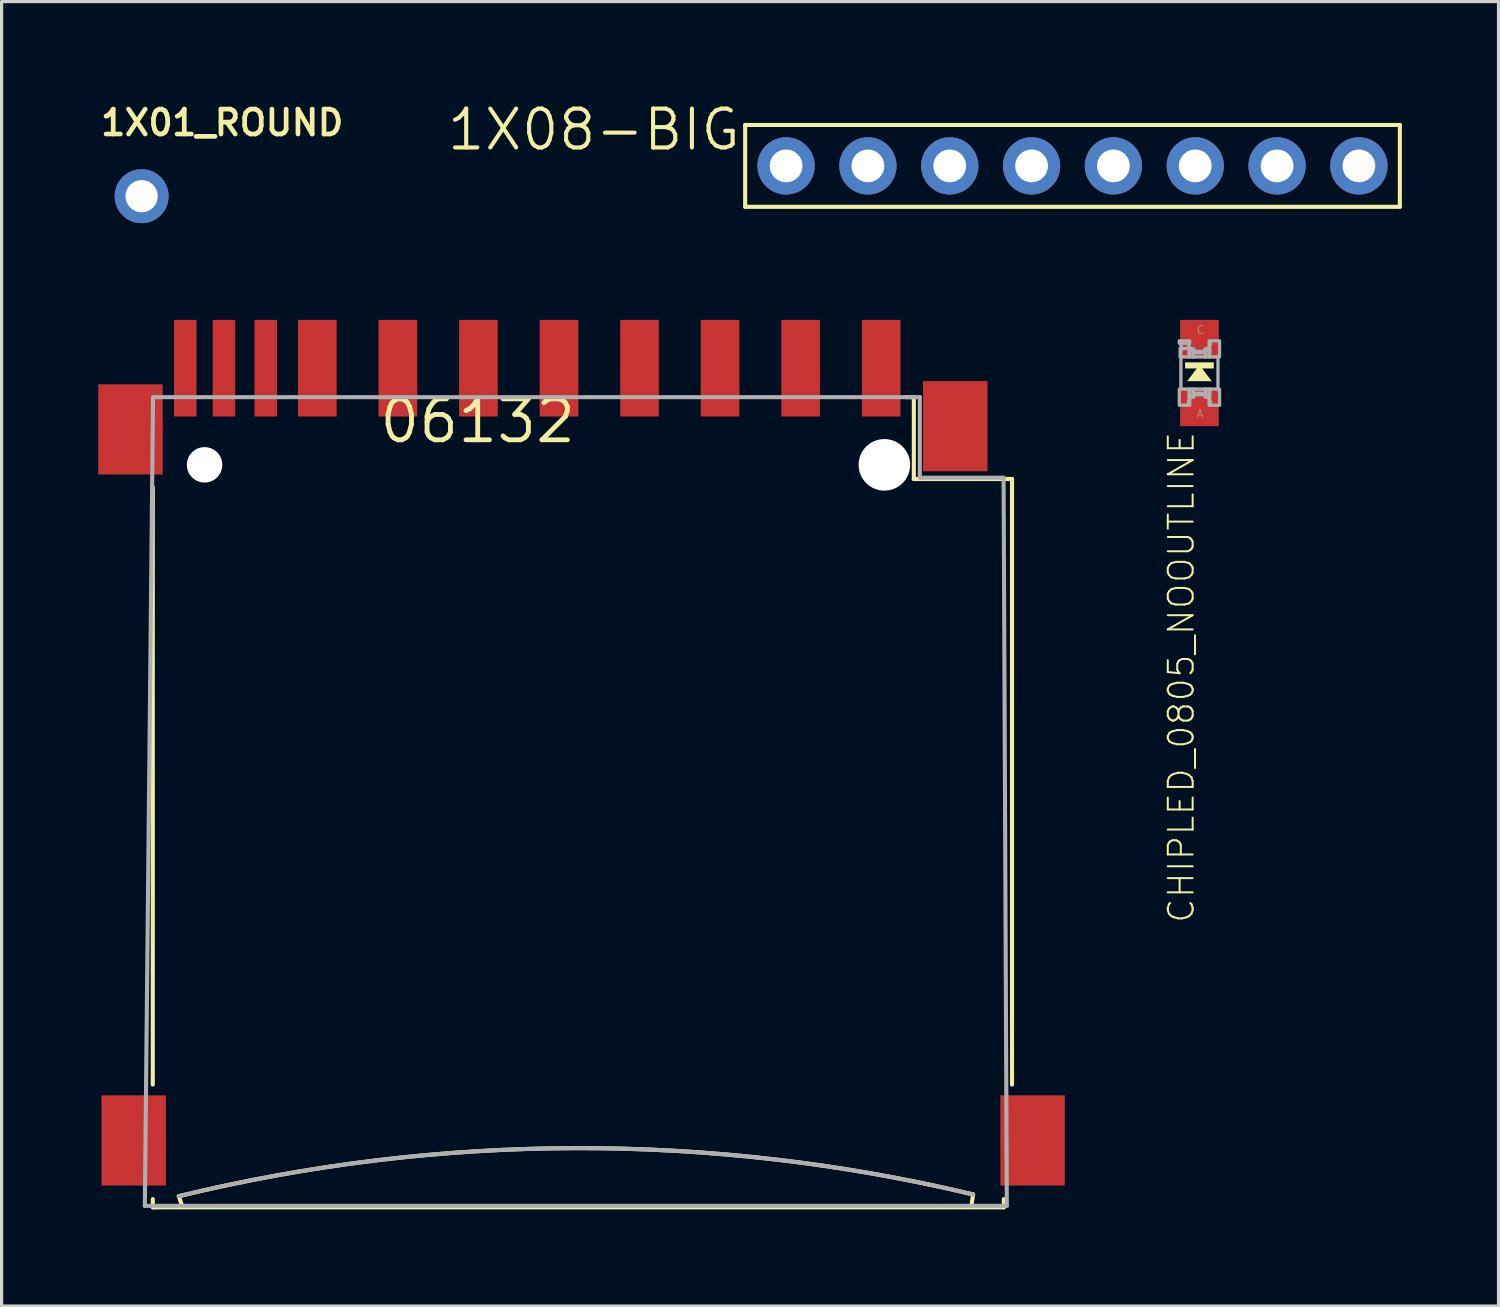
<source format=kicad_pcb>
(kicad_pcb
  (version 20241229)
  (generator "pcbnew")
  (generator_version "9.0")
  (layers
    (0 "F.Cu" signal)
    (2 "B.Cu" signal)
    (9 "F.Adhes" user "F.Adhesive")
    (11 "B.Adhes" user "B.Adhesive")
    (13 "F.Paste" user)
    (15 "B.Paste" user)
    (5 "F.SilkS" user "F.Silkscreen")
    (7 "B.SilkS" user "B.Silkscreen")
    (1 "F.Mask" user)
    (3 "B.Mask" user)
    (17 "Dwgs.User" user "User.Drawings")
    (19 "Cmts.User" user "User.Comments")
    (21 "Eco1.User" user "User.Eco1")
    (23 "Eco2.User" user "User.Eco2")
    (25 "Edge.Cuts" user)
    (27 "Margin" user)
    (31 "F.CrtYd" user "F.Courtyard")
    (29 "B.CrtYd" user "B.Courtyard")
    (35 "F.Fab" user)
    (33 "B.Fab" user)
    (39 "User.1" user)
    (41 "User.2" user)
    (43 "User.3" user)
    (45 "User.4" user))
  (footprint "1X01_ROUND"
    (layer "F.Cu")
    (at 1.346 3.04)
    (property "Reference" "1X01_ROUND" (at -1.346 -1.829 0) (layer "F.SilkS") (effects (font (size 0.772 0.772) (thickness 0.146)) (justify left bottom)))
    (attr through_hole)
    (fp_poly (pts (xy -0.254 0.254) (xy 0.254 0.254) (xy 0.254 -0.254) (xy -0.254 -0.254)) (stroke (width 0.1) (type solid)) (fill no) (layer "F.Fab"))
    (pad "1" thru_hole circle (at 0 0 90) (size 1.676 1.676) (drill 1) (layers "*.Cu" "*.Mask")))
  (footprint "06132"
    (layer "F.Cu")
    (at 14.9 9.278)
    (property "Reference" "06132" (at 0 0 0) (layer "F.SilkS") (effects (font (size 1.27 1.27) (thickness 0.15)) (justify right top)))
    (attr through_hole)
    (fp_line (start -13.208 2.794) (end -13.208 21.336) (stroke (width 0.127) (type solid)) (layer "F.SilkS"))
    (fp_line (start -13.208 24.892) (end -13.208 25.146) (stroke (width 0.127) (type solid)) (layer "F.SilkS"))
    (fp_line (start -13.208 25.146) (end 13.208 25.146) (stroke (width 0.127) (type solid)) (layer "F.SilkS"))
    (fp_line (start -12.4 24.8) (end -12.3 25.1) (stroke (width 0.127) (type solid)) (layer "F.SilkS"))
    (fp_line (start 10.414 0) (end 10.16 0) (stroke (width 0.127) (type solid)) (layer "F.SilkS"))
    (fp_line (start 10.414 2.54) (end 10.414 0) (stroke (width 0.127) (type solid)) (layer "F.SilkS"))
    (fp_line (start 12.254 24.746) (end 12.2 25.1) (stroke (width 0.127) (type solid)) (layer "F.SilkS"))
    (fp_line (start 13.208 25.146) (end 13.208 24.892) (stroke (width 0.127) (type solid)) (layer "F.SilkS"))
    (fp_line (start 13.462 2.54) (end 10.414 2.54) (stroke (width 0.127) (type solid)) (layer "F.SilkS"))
    (fp_line (start 13.462 21.336) (end 13.462 2.54) (stroke (width 0.127) (type solid)) (layer "F.SilkS"))
    (fp_arc (start -12.4 24.8) (mid -0.076208 23.308774) (end 12.253999 24.746) (stroke (width 0.127) (type solid)) (layer "F.SilkS"))
    (fp_line (start -13.454 25.1) (end -13.2 0) (stroke (width 0.127) (type solid)) (layer "F.Fab"))
    (fp_line (start -13.2 0) (end 10.6 0) (stroke (width 0.127) (type solid)) (layer "F.Fab"))
    (fp_line (start 10.6 0) (end 10.6 2.5) (stroke (width 0.127) (type solid)) (layer "F.Fab"))
    (fp_line (start 10.6 2.5) (end 13.2 2.5) (stroke (width 0.127) (type solid)) (layer "F.Fab"))
    (fp_line (start 13.2 2.5) (end 13.3 25.1) (stroke (width 0.127) (type solid)) (layer "F.Fab"))
    (fp_line (start 13.3 25.1) (end -13.454 25.1) (stroke (width 0.127) (type solid)) (layer "F.Fab"))
    (fp_arc (start -12.4 24.8) (mid -0.076208 23.308774) (end 12.253999 24.746) (stroke (width 0.127) (type solid)) (layer "F.Fab"))
    (pad "" np_thru_hole circle (at -11.6 2.1) (size 1.1 1.1) (drill 1.1) (layers "*.Cu" "*.Mask"))
    (pad "" np_thru_hole circle (at 9.5 2.1) (size 1.6 1.6) (drill 1.6) (layers "*.Cu" "*.Mask"))
    (pad "1" smd rect (at 6.9 -0.9 90) (size 3 1.2) (layers "F.Cu" "F.Mask" "F.Paste"))
    (pad "2" smd rect (at 4.4 -0.9 90) (size 3 1.2) (layers "F.Cu" "F.Mask" "F.Paste"))
    (pad "3" smd rect (at 1.9 -0.9 90) (size 3 1.2) (layers "F.Cu" "F.Mask" "F.Paste"))
    (pad "4" smd rect (at -0.6 -0.9 90) (size 3 1.2) (layers "F.Cu" "F.Mask" "F.Paste"))
    (pad "5" smd rect (at -3.1 -0.9 90) (size 3 1.2) (layers "F.Cu" "F.Mask" "F.Paste"))
    (pad "6" smd rect (at -5.6 -0.9 90) (size 3 1.2) (layers "F.Cu" "F.Mask" "F.Paste"))
    (pad "7" smd rect (at -8.1 -0.9 90) (size 3 1.2) (layers "F.Cu" "F.Mask" "F.Paste"))
    (pad "8" smd rect (at -9.7 -0.9 90) (size 3 0.7) (layers "F.Cu" "F.Mask" "F.Paste"))
    (pad "9" smd rect (at 9.4 -0.9 90) (size 3 1.2) (layers "F.Cu" "F.Mask" "F.Paste"))
    (pad "CD" smd rect (at -11 -0.9 90) (size 3 0.7) (layers "F.Cu" "F.Mask" "F.Paste"))
    (pad "GP" smd rect (at -13.8 23.07 90) (size 2.8 2) (layers "F.Cu" "F.Mask" "F.Paste"))
    (pad "GP2" smd rect (at 14.1 23.07 90) (size 2.8 2) (layers "F.Cu" "F.Mask" "F.Paste"))
    (pad "GP3" smd rect (at 11.7 0.9 90) (size 2.8 2) (layers "F.Cu" "F.Mask" "F.Paste"))
    (pad "GP4" smd rect (at -13.9 1 90) (size 2.8 2) (layers "F.Cu" "F.Mask" "F.Paste"))
    (pad "WP" smd rect (at -12.2 -0.9 90) (size 3 0.7) (layers "F.Cu" "F.Mask" "F.Paste")))
  (footprint "1X08-BIG"
    (layer "F.Cu")
    (at 30.239 2.099)
    (property "Reference" "1X08-BIG" (at -10.236 -1.829 0) (layer "F.SilkS") (effects (font (size 1.206 1.206) (thickness 0.127)) (justify right top)))
    (attr through_hole)
    (fp_line (start -10.16 -1.27) (end 10.16 -1.27) (stroke (width 0.127) (type solid)) (layer "F.SilkS"))
    (fp_line (start -10.16 1.27) (end -10.16 -1.27) (stroke (width 0.127) (type solid)) (layer "F.SilkS"))
    (fp_line (start 10.16 -1.27) (end 10.16 1.27) (stroke (width 0.127) (type solid)) (layer "F.SilkS"))
    (fp_line (start 10.16 1.27) (end -10.16 1.27) (stroke (width 0.127) (type solid)) (layer "F.SilkS"))
    (fp_poly (pts (xy -9.144 0.254) (xy -8.636 0.254) (xy -8.636 -0.254) (xy -9.144 -0.254)) (stroke (width 0.1) (type solid)) (fill no) (layer "F.Fab"))
    (fp_poly (pts (xy -6.604 0.254) (xy -6.096 0.254) (xy -6.096 -0.254) (xy -6.604 -0.254)) (stroke (width 0.1) (type solid)) (fill no) (layer "F.Fab"))
    (fp_poly (pts (xy -4.064 0.254) (xy -3.556 0.254) (xy -3.556 -0.254) (xy -4.064 -0.254)) (stroke (width 0.1) (type solid)) (fill no) (layer "F.Fab"))
    (fp_poly (pts (xy -1.524 0.254) (xy -1.016 0.254) (xy -1.016 -0.254) (xy -1.524 -0.254)) (stroke (width 0.1) (type solid)) (fill no) (layer "F.Fab"))
    (fp_poly (pts (xy 1.016 0.254) (xy 1.524 0.254) (xy 1.524 -0.254) (xy 1.016 -0.254)) (stroke (width 0.1) (type solid)) (fill no) (layer "F.Fab"))
    (fp_poly (pts (xy 3.556 0.254) (xy 4.064 0.254) (xy 4.064 -0.254) (xy 3.556 -0.254)) (stroke (width 0.1) (type solid)) (fill no) (layer "F.Fab"))
    (fp_poly (pts (xy 6.096 0.254) (xy 6.604 0.254) (xy 6.604 -0.254) (xy 6.096 -0.254)) (stroke (width 0.1) (type solid)) (fill no) (layer "F.Fab"))
    (fp_poly (pts (xy 8.636 0.254) (xy 9.144 0.254) (xy 9.144 -0.254) (xy 8.636 -0.254)) (stroke (width 0.1) (type solid)) (fill no) (layer "F.Fab"))
    (pad "1" thru_hole circle (at -8.89 0 90) (size 1.778 1.778) (drill 1.016) (layers "*.Cu" "*.Mask"))
    (pad "2" thru_hole circle (at -6.35 0 90) (size 1.778 1.778) (drill 1.016) (layers "*.Cu" "*.Mask"))
    (pad "3" thru_hole circle (at -3.81 0 90) (size 1.778 1.778) (drill 1.016) (layers "*.Cu" "*.Mask"))
    (pad "4" thru_hole circle (at -1.27 0 90) (size 1.778 1.778) (drill 1.016) (layers "*.Cu" "*.Mask"))
    (pad "5" thru_hole circle (at 1.27 0 90) (size 1.778 1.778) (drill 1.016) (layers "*.Cu" "*.Mask"))
    (pad "6" thru_hole circle (at 3.81 0 90) (size 1.778 1.778) (drill 1.016) (layers "*.Cu" "*.Mask"))
    (pad "7" thru_hole circle (at 6.35 0 90) (size 1.778 1.778) (drill 1.016) (layers "*.Cu" "*.Mask"))
    (pad "8" thru_hole circle (at 8.89 0 90) (size 1.778 1.778) (drill 1.016) (layers "*.Cu" "*.Mask")))
  (footprint "CHIPLED_0805_NOOUTLINE"
    (layer "F.Cu")
    (at 34.179 8.528)
    (property "Reference" "CHIPLED_0805_NOOUTLINE" (at -1.016 1.778 270) (layer "F.SilkS") (effects (font (size 0.772 0.772) (thickness 0.062)) (justify right top)))
    (attr through_hole)
    (fp_poly (pts (xy 0 -0.254) (xy -0.381 0.254) (xy 0.381 0.254)) (stroke (width 0) (type solid)) (fill yes) (layer "F.SilkS"))
    (fp_poly (pts (xy -0.445 -0.141) (xy 0.445 -0.141) (xy 0.445 -0.331) (xy -0.445 -0.331)) (stroke (width 0) (type solid)) (fill yes) (layer "F.SilkS"))
    (fp_line (start -0.575 0.5) (end -0.575 -0.925) (stroke (width 0.102) (type solid)) (layer "F.Fab"))
    (fp_line (start 0.575 -0.525) (end 0.575 0.525) (stroke (width 0.102) (type solid)) (layer "F.Fab"))
    (fp_arc (start -0.35 0.925) (mid -0.000001 0.625027) (end 0.35 0.924998) (stroke (width 0.1016) (type solid)) (layer "F.Fab"))
    (fp_arc (start 0.35 -0.924998) (mid -0.000001 -0.625027) (end -0.35 -0.925) (stroke (width 0.1016) (type solid)) (layer "F.Fab"))
    (fp_circle (center -0.45 -0.85) (end -0.347 -0.85) (stroke (width 0.076) (type solid)) (fill no) (layer "F.Fab"))
    (fp_poly (pts (xy -0.625 -0.925) (xy -0.3 -0.925) (xy -0.3 -1) (xy -0.625 -1)) (stroke (width 0.1) (type solid)) (fill no) (layer "F.Fab"))
    (fp_poly (pts (xy -0.625 1) (xy -0.3 1) (xy -0.3 0.5) (xy -0.625 0.5)) (stroke (width 0.1) (type solid)) (fill no) (layer "F.Fab"))
    (fp_poly (pts (xy -0.6 -0.5) (xy -0.3 -0.5) (xy -0.3 -0.762) (xy -0.6 -0.762)) (stroke (width 0.1) (type solid)) (fill no) (layer "F.Fab"))
    (fp_poly (pts (xy -0.325 -0.5) (xy -0.175 -0.5) (xy -0.175 -0.75) (xy -0.325 -0.75)) (stroke (width 0.1) (type solid)) (fill no) (layer "F.Fab"))
    (fp_poly (pts (xy -0.325 0.75) (xy -0.175 0.75) (xy -0.175 0.5) (xy -0.325 0.5)) (stroke (width 0.1) (type solid)) (fill no) (layer "F.Fab"))
    (fp_poly (pts (xy -0.2 -0.5) (xy 0.2 -0.5) (xy 0.2 -0.675) (xy -0.2 -0.675)) (stroke (width 0.1) (type solid)) (fill no) (layer "F.Fab"))
    (fp_poly (pts (xy -0.2 0.675) (xy 0.2 0.675) (xy 0.2 0.5) (xy -0.2 0.5)) (stroke (width 0.1) (type solid)) (fill no) (layer "F.Fab"))
    (fp_poly (pts (xy 0.175 -0.5) (xy 0.325 -0.5) (xy 0.325 -0.75) (xy 0.175 -0.75)) (stroke (width 0.1) (type solid)) (fill no) (layer "F.Fab"))
    (fp_poly (pts (xy 0.175 0.75) (xy 0.325 0.75) (xy 0.325 0.5) (xy 0.175 0.5)) (stroke (width 0.1) (type solid)) (fill no) (layer "F.Fab"))
    (fp_poly (pts (xy 0.3 -0.5) (xy 0.625 -0.5) (xy 0.625 -1) (xy 0.3 -1)) (stroke (width 0.1) (type solid)) (fill no) (layer "F.Fab"))
    (fp_poly (pts (xy 0.3 1) (xy 0.625 1) (xy 0.625 0.5) (xy 0.3 0.5)) (stroke (width 0.1) (type solid)) (fill no) (layer "F.Fab"))
    (fp_text user "A" (at -0.1 1.4 0) (layer "F.Fab") (effects (font (size 0.241 0.241) (thickness 0.02)) (justify left bottom)))
    (fp_text user "C" (at -0.1 -1.2 0) (layer "F.Fab") (effects (font (size 0.241 0.241) (thickness 0.02)) (justify left bottom)))
    (pad "A" smd rect (at 0 1.05) (size 1.2 1.2) (layers "F.Cu" "F.Mask" "F.Paste"))
    (pad "C" smd rect (at 0 -1.05) (size 1.2 1.2) (layers "F.Cu" "F.Mask" "F.Paste")))
  (gr_rect
    (start -3 -3)
    (end 43.462 37.488)
    (stroke (width 0.1) (type default))
    (fill no)
    (layer "Edge.Cuts")))
</source>
